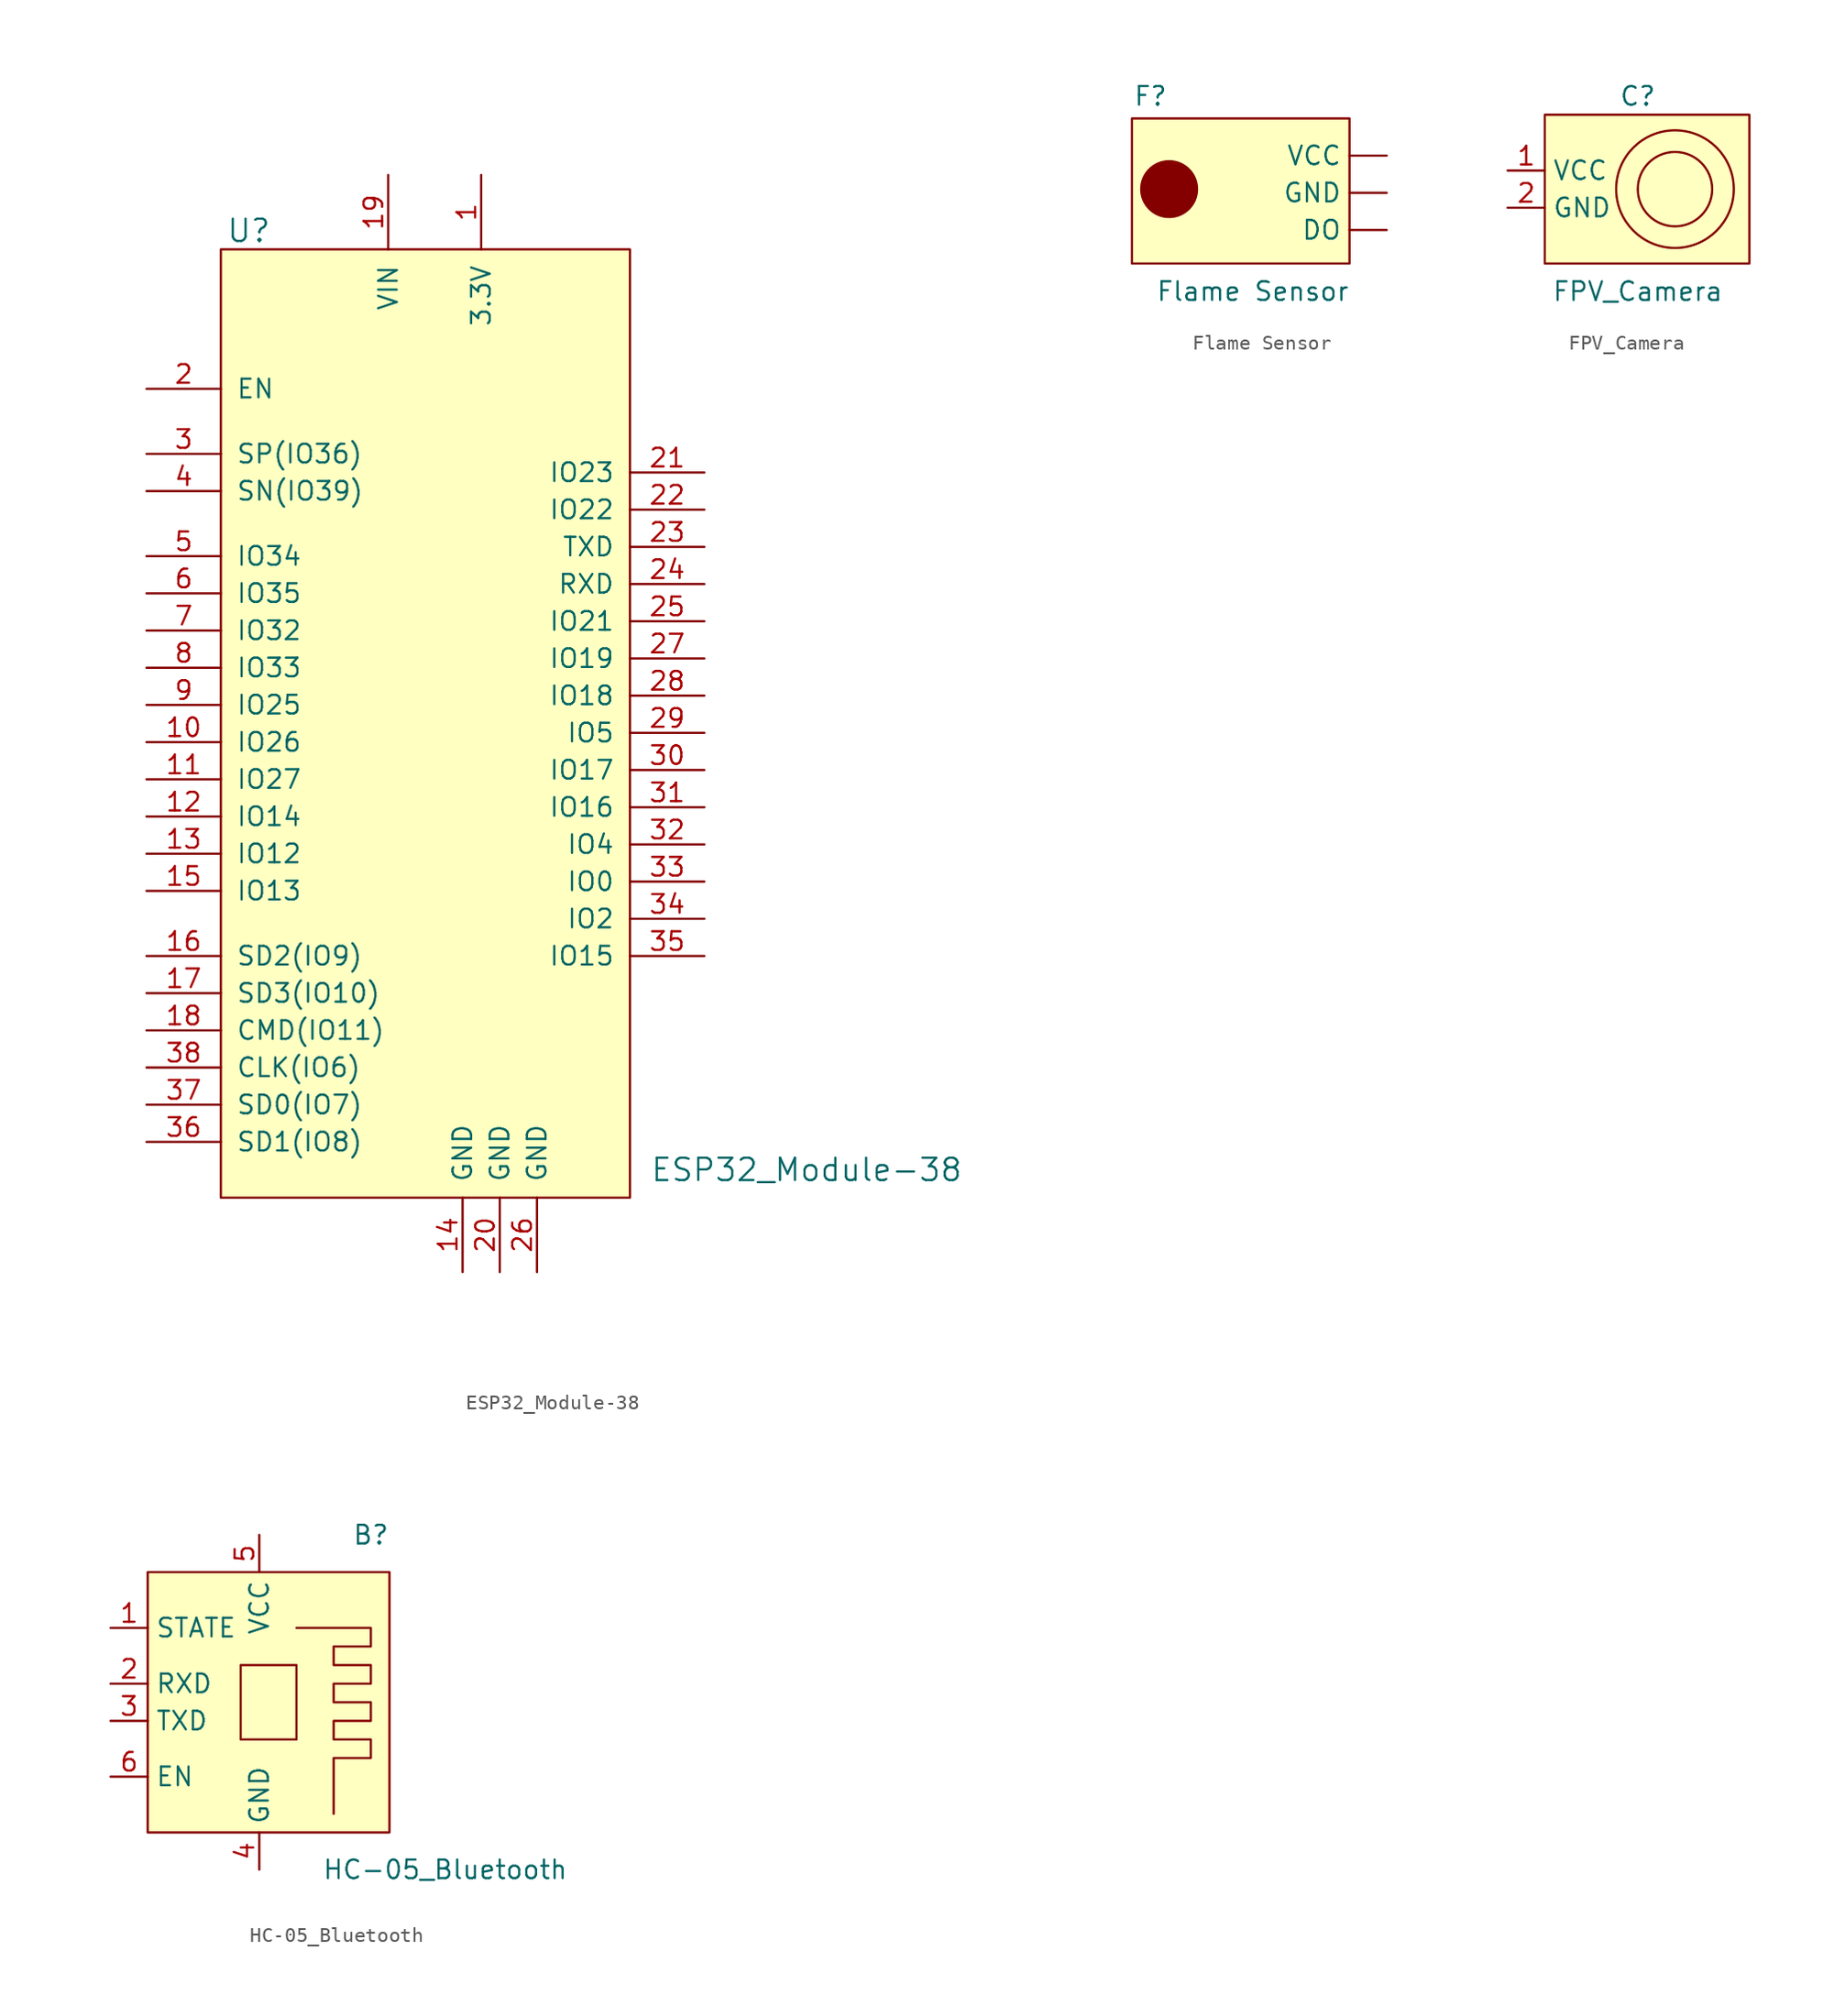
<source format=kicad_sym>
(kicad_symbol_lib
  (version 20211014)
  (generator kicad_symbol_editor)
  (symbol "ESP32_Module-38"
    (pin_names
      (offset 1.016))
    (property "Reference" "U"
      (at -13.335 28.575 0)
      (effects (font (size 1.524 1.524))))
    (property "Value" "ESP32_Module-38"
      (at 24.765 -35.56 0)
      (effects (font (size 1.524 1.524))))
    (property "Footprint" ""
      (at -15.24 -25.4 0)
      (effects (font (size 1.524 1.524))))
    (property "Datasheet" ""
      (at -15.24 -25.4 0)
      (effects (font (size 1.524 1.524))))
    (symbol "ESP32_Module-38_0_1"
      (rectangle (start -15.24 27.305) (end 12.7 -37.465) (stroke (width 0.152) (type default) (color 0 0 0 0)) (fill (type background))))
    (symbol "ESP32_Module-38_1_1"
      (pin input line (at 2.54 32.385 270) (length 5.08) (name "3.3V" (effects (font (size 1.27 1.27)))) (number "1" (effects (font (size 1.27 1.27)))))
      (pin input line (at -20.32 -6.35 0) (length 5.08) (name "IO26" (effects (font (size 1.27 1.27)))) (number "10" (effects (font (size 1.27 1.27)))))
      (pin input line (at -20.32 -8.89 0) (length 5.08) (name "IO27" (effects (font (size 1.27 1.27)))) (number "11" (effects (font (size 1.27 1.27)))))
      (pin input line (at -20.32 -11.43 0) (length 5.08) (name "IO14" (effects (font (size 1.27 1.27)))) (number "12" (effects (font (size 1.27 1.27)))))
      (pin input line (at -20.32 -13.97 0) (length 5.08) (name "IO12" (effects (font (size 1.27 1.27)))) (number "13" (effects (font (size 1.27 1.27)))))
      (pin input line (at 1.27 -42.545 90) (length 5.08) (name "GND" (effects (font (size 1.27 1.27)))) (number "14" (effects (font (size 1.27 1.27)))))
      (pin input line (at -20.32 -16.51 0) (length 5.08) (name "IO13" (effects (font (size 1.27 1.27)))) (number "15" (effects (font (size 1.27 1.27)))))
      (pin input line (at -20.32 -20.955 0) (length 5.08) (name "SD2(IO9)" (effects (font (size 1.27 1.27)))) (number "16" (effects (font (size 1.27 1.27)))))
      (pin input line (at -20.32 -23.495 0) (length 5.08) (name "SD3(IO10)" (effects (font (size 1.27 1.27)))) (number "17" (effects (font (size 1.27 1.27)))))
      (pin input line (at -20.32 -26.035 0) (length 5.08) (name "CMD(IO11)" (effects (font (size 1.27 1.27)))) (number "18" (effects (font (size 1.27 1.27)))))
      (pin input line (at -3.81 32.385 270) (length 5.08) (name "VIN" (effects (font (size 1.27 1.27)))) (number "19" (effects (font (size 1.27 1.27)))))
      (pin input line (at -20.32 17.78 0) (length 5.08) (name "EN" (effects (font (size 1.27 1.27)))) (number "2" (effects (font (size 1.27 1.27)))))
      (pin input line (at 3.81 -42.545 90) (length 5.08) (name "GND" (effects (font (size 1.27 1.27)))) (number "20" (effects (font (size 1.27 1.27)))))
      (pin input line (at 17.78 12.065 180) (length 5.08) (name "IO23" (effects (font (size 1.27 1.27)))) (number "21" (effects (font (size 1.27 1.27)))))
      (pin input line (at 17.78 9.525 180) (length 5.08) (name "IO22" (effects (font (size 1.27 1.27)))) (number "22" (effects (font (size 1.27 1.27)))))
      (pin input line (at 17.78 6.985 180) (length 5.08) (name "TXD" (effects (font (size 1.27 1.27)))) (number "23" (effects (font (size 1.27 1.27)))))
      (pin input line (at 17.78 4.445 180) (length 5.08) (name "RXD" (effects (font (size 1.27 1.27)))) (number "24" (effects (font (size 1.27 1.27)))))
      (pin input line (at 17.78 1.905 180) (length 5.08) (name "IO21" (effects (font (size 1.27 1.27)))) (number "25" (effects (font (size 1.27 1.27)))))
      (pin input line (at 6.35 -42.545 90) (length 5.08) (name "GND" (effects (font (size 1.27 1.27)))) (number "26" (effects (font (size 1.27 1.27)))))
      (pin input line (at 17.78 -0.635 180) (length 5.08) (name "IO19" (effects (font (size 1.27 1.27)))) (number "27" (effects (font (size 1.27 1.27)))))
      (pin input line (at 17.78 -3.175 180) (length 5.08) (name "IO18" (effects (font (size 1.27 1.27)))) (number "28" (effects (font (size 1.27 1.27)))))
      (pin input line (at 17.78 -5.715 180) (length 5.08) (name "IO5" (effects (font (size 1.27 1.27)))) (number "29" (effects (font (size 1.27 1.27)))))
      (pin input line (at -20.32 13.335 0) (length 5.08) (name "SP(IO36)" (effects (font (size 1.27 1.27)))) (number "3" (effects (font (size 1.27 1.27)))))
      (pin input line (at 17.78 -8.255 180) (length 5.08) (name "IO17" (effects (font (size 1.27 1.27)))) (number "30" (effects (font (size 1.27 1.27)))))
      (pin input line (at 17.78 -10.795 180) (length 5.08) (name "IO16" (effects (font (size 1.27 1.27)))) (number "31" (effects (font (size 1.27 1.27)))))
      (pin input line (at 17.78 -13.335 180) (length 5.08) (name "IO4" (effects (font (size 1.27 1.27)))) (number "32" (effects (font (size 1.27 1.27)))))
      (pin input line (at 17.78 -15.875 180) (length 5.08) (name "IO0" (effects (font (size 1.27 1.27)))) (number "33" (effects (font (size 1.27 1.27)))))
      (pin input line (at 17.78 -18.415 180) (length 5.08) (name "IO2" (effects (font (size 1.27 1.27)))) (number "34" (effects (font (size 1.27 1.27)))))
      (pin input line (at 17.78 -20.955 180) (length 5.08) (name "IO15" (effects (font (size 1.27 1.27)))) (number "35" (effects (font (size 1.27 1.27)))))
      (pin input line (at -20.32 -33.655 0) (length 5.08) (name "SD1(IO8)" (effects (font (size 1.27 1.27)))) (number "36" (effects (font (size 1.27 1.27)))))
      (pin input line (at -20.32 -31.115 0) (length 5.08) (name "SD0(IO7)" (effects (font (size 1.27 1.27)))) (number "37" (effects (font (size 1.27 1.27)))))
      (pin input line (at -20.32 -28.575 0) (length 5.08) (name "CLK(IO6)" (effects (font (size 1.27 1.27)))) (number "38" (effects (font (size 1.27 1.27)))))
      (pin input line (at -20.32 10.795 0) (length 5.08) (name "SN(IO39)" (effects (font (size 1.27 1.27)))) (number "4" (effects (font (size 1.27 1.27)))))
      (pin input line (at -20.32 6.35 0) (length 5.08) (name "IO34" (effects (font (size 1.27 1.27)))) (number "5" (effects (font (size 1.27 1.27)))))
      (pin input line (at -20.32 3.81 0) (length 5.08) (name "IO35" (effects (font (size 1.27 1.27)))) (number "6" (effects (font (size 1.27 1.27)))))
      (pin input line (at -20.32 1.27 0) (length 5.08) (name "IO32" (effects (font (size 1.27 1.27)))) (number "7" (effects (font (size 1.27 1.27)))))
      (pin input line (at -20.32 -1.27 0) (length 5.08) (name "IO33" (effects (font (size 1.27 1.27)))) (number "8" (effects (font (size 1.27 1.27)))))
      (pin input line (at -20.32 -3.81 0) (length 5.08) (name "IO25" (effects (font (size 1.27 1.27)))) (number "9" (effects (font (size 1.27 1.27)))))))
  (symbol "Flame Sensor"
    (property "Reference" "F"
      (at -8.509 6.604 0)
      (effects (font (size 1.27 1.27))))
    (property "Value" "Flame Sensor"
      (at -1.524 -6.731 0)
      (effects (font (size 1.27 1.27))))
    (symbol "Flame Sensor_0_1"
      (rectangle (start -9.779 5.08) (end 5.08 -4.826) (stroke (width 0.152) (type default) (color 0 0 0 0)) (fill (type background)))
      (circle (center -7.239 0.254) (radius 1.905) (stroke (width 0.152) (type default) (color 0 0 0 0)) (fill (type outline))))
    (symbol "Flame Sensor_1_1"
      (pin input line (at 7.62 -2.54 180) (length 2.54) (name "DO" (effects (font (size 1.27 1.27)))) (number "" (effects (font (size 1.27 1.27)))))
      (pin input line (at 7.62 0 180) (length 2.54) (name "GND" (effects (font (size 1.27 1.27)))) (number "" (effects (font (size 1.27 1.27)))))
      (pin input line (at 7.62 2.54 180) (length 2.54) (name "VCC" (effects (font (size 1.27 1.27)))) (number "" (effects (font (size 1.27 1.27)))))))
  (symbol "FPV_Camera"
    (property "Reference" "C"
      (at 0 6.35 0)
      (effects (font (size 1.27 1.27))))
    (property "Value" "FPV_Camera"
      (at 0 -6.985 0)
      (effects (font (size 1.27 1.27))))
    (symbol "FPV_Camera_0_1"
      (rectangle (start -6.35 5.08) (end 7.62 -5.08) (stroke (width 0.152) (type default) (color 0 0 0 0)) (fill (type background)))
      (circle (center 2.54 0) (radius 2.54) (stroke (width 0.152) (type default) (color 0 0 0 0)) (fill (type none)))
      (circle (center 2.54 0) (radius 4.016) (stroke (width 0.152) (type default) (color 0 0 0 0)) (fill (type none))))
    (symbol "FPV_Camera_1_1"
      (pin input line (at -8.89 1.27 0) (length 2.54) (name "VCC" (effects (font (size 1.27 1.27)))) (number "1" (effects (font (size 1.27 1.27)))))
      (pin input line (at -8.89 -1.27 0) (length 2.54) (name "GND" (effects (font (size 1.27 1.27)))) (number "2" (effects (font (size 1.27 1.27)))))))
  (symbol "HC-05_Bluetooth"
    (property "Reference" "B"
      (at 7.62 12.7 0)
      (effects (font (size 1.27 1.27))))
    (property "Value" "HC-05_Bluetooth"
      (at 12.7 -10.16 0)
      (effects (font (size 1.27 1.27))))
    (symbol "HC-05_Bluetooth_0_1"
      (rectangle (start -7.62 10.16) (end 8.89 -7.62) (stroke (width 0.152) (type default) (color 0 0 0 0)) (fill (type background)))
      (rectangle (start -1.27 3.81) (end 2.54 -1.27) (stroke (width 0.152) (type default) (color 0 0 0 0)) (fill (type none)))
      (polyline (pts (xy 2.54 6.35) (xy 7.62 6.35) (xy 7.62 5.08) (xy 5.08 5.08) (xy 5.08 3.81) (xy 7.62 3.81) (xy 7.62 2.54) (xy 5.08 2.54) (xy 5.08 1.27) (xy 7.62 1.27) (xy 7.62 0) (xy 5.08 0) (xy 5.08 -1.27) (xy 7.62 -1.27) (xy 7.62 -2.54) (xy 5.08 -2.54) (xy 5.08 -6.35)) (stroke (width 0.152) (type default) (color 0 0 0 0)) (fill (type none))))
    (symbol "HC-05_Bluetooth_1_1"
      (pin input line (at -10.16 6.35 0) (length 2.54) (name "STATE" (effects (font (size 1.27 1.27)))) (number "1" (effects (font (size 1.27 1.27)))))
      (pin input line (at -10.16 2.54 0) (length 2.54) (name "RXD" (effects (font (size 1.27 1.27)))) (number "2" (effects (font (size 1.27 1.27)))))
      (pin input line (at -10.16 0 0) (length 2.54) (name "TXD" (effects (font (size 1.27 1.27)))) (number "3" (effects (font (size 1.27 1.27)))))
      (pin input line (at 0 -10.16 90) (length 2.54) (name "GND" (effects (font (size 1.27 1.27)))) (number "4" (effects (font (size 1.27 1.27)))))
      (pin input line (at 0 12.7 270) (length 2.54) (name "VCC" (effects (font (size 1.27 1.27)))) (number "5" (effects (font (size 1.27 1.27)))))
      (pin input line (at -10.16 -3.81 0) (length 2.54) (name "EN" (effects (font (size 1.27 1.27)))) (number "6" (effects (font (size 1.27 1.27))))))))
</source>
